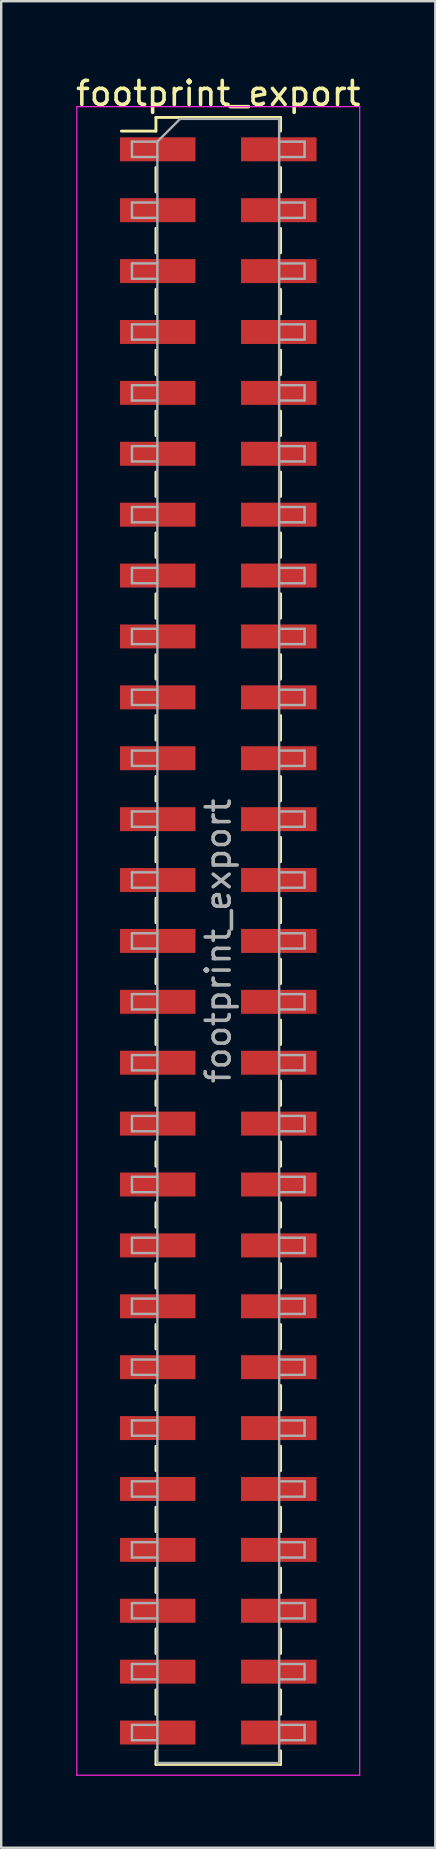
<source format=kicad_pcb>
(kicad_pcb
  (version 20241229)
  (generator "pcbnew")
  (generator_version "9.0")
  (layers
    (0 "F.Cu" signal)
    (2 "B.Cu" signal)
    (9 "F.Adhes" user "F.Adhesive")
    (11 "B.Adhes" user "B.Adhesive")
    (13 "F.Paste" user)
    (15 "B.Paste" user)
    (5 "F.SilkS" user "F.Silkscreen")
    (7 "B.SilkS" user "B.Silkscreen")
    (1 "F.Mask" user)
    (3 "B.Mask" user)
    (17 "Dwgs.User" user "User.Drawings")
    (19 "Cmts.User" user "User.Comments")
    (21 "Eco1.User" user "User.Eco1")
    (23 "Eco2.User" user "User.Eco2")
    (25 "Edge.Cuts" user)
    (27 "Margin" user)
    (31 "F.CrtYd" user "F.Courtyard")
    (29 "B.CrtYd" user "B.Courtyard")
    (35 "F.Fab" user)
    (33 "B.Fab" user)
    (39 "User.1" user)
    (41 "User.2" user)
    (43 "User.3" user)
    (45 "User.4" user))
  (footprint "footprint_export"
    (layer "F.Cu")
    (at 6.054 36.198)
    (property "Reference" "footprint_export" (at 0 -35.35 0) (layer "F.SilkS") (effects (font (size 1 1) (thickness 0.15))))
    (attr smd)
    (fp_line (start -4.04 -33.78) (end -2.6 -33.78) (stroke (width 0.12) (type solid)) (layer "F.SilkS"))
    (fp_line (start -2.6 -34.35) (end -2.6 -33.78) (stroke (width 0.12) (type solid)) (layer "F.SilkS"))
    (fp_line (start -2.6 -34.35) (end 2.6 -34.35) (stroke (width 0.12) (type solid)) (layer "F.SilkS"))
    (fp_line (start -2.6 -32.26) (end -2.6 -31.24) (stroke (width 0.12) (type solid)) (layer "F.SilkS"))
    (fp_line (start -2.6 -29.72) (end -2.6 -28.7) (stroke (width 0.12) (type solid)) (layer "F.SilkS"))
    (fp_line (start -2.6 -27.18) (end -2.6 -26.16) (stroke (width 0.12) (type solid)) (layer "F.SilkS"))
    (fp_line (start -2.6 -24.64) (end -2.6 -23.62) (stroke (width 0.12) (type solid)) (layer "F.SilkS"))
    (fp_line (start -2.6 -22.1) (end -2.6 -21.08) (stroke (width 0.12) (type solid)) (layer "F.SilkS"))
    (fp_line (start -2.6 -19.56) (end -2.6 -18.54) (stroke (width 0.12) (type solid)) (layer "F.SilkS"))
    (fp_line (start -2.6 -17.02) (end -2.6 -16) (stroke (width 0.12) (type solid)) (layer "F.SilkS"))
    (fp_line (start -2.6 -14.48) (end -2.6 -13.46) (stroke (width 0.12) (type solid)) (layer "F.SilkS"))
    (fp_line (start -2.6 -11.94) (end -2.6 -10.92) (stroke (width 0.12) (type solid)) (layer "F.SilkS"))
    (fp_line (start -2.6 -9.4) (end -2.6 -8.38) (stroke (width 0.12) (type solid)) (layer "F.SilkS"))
    (fp_line (start -2.6 -6.86) (end -2.6 -5.84) (stroke (width 0.12) (type solid)) (layer "F.SilkS"))
    (fp_line (start -2.6 -4.32) (end -2.6 -3.3) (stroke (width 0.12) (type solid)) (layer "F.SilkS"))
    (fp_line (start -2.6 -1.78) (end -2.6 -0.76) (stroke (width 0.12) (type solid)) (layer "F.SilkS"))
    (fp_line (start -2.6 0.76) (end -2.6 1.78) (stroke (width 0.12) (type solid)) (layer "F.SilkS"))
    (fp_line (start -2.6 3.3) (end -2.6 4.32) (stroke (width 0.12) (type solid)) (layer "F.SilkS"))
    (fp_line (start -2.6 5.84) (end -2.6 6.86) (stroke (width 0.12) (type solid)) (layer "F.SilkS"))
    (fp_line (start -2.6 8.38) (end -2.6 9.4) (stroke (width 0.12) (type solid)) (layer "F.SilkS"))
    (fp_line (start -2.6 10.92) (end -2.6 11.94) (stroke (width 0.12) (type solid)) (layer "F.SilkS"))
    (fp_line (start -2.6 13.46) (end -2.6 14.48) (stroke (width 0.12) (type solid)) (layer "F.SilkS"))
    (fp_line (start -2.6 16) (end -2.6 17.02) (stroke (width 0.12) (type solid)) (layer "F.SilkS"))
    (fp_line (start -2.6 18.54) (end -2.6 19.56) (stroke (width 0.12) (type solid)) (layer "F.SilkS"))
    (fp_line (start -2.6 21.08) (end -2.6 22.1) (stroke (width 0.12) (type solid)) (layer "F.SilkS"))
    (fp_line (start -2.6 23.62) (end -2.6 24.64) (stroke (width 0.12) (type solid)) (layer "F.SilkS"))
    (fp_line (start -2.6 26.16) (end -2.6 27.18) (stroke (width 0.12) (type solid)) (layer "F.SilkS"))
    (fp_line (start -2.6 28.7) (end -2.6 29.72) (stroke (width 0.12) (type solid)) (layer "F.SilkS"))
    (fp_line (start -2.6 31.24) (end -2.6 32.26) (stroke (width 0.12) (type solid)) (layer "F.SilkS"))
    (fp_line (start -2.6 33.78) (end -2.6 34.35) (stroke (width 0.12) (type solid)) (layer "F.SilkS"))
    (fp_line (start -2.6 34.35) (end 2.6 34.35) (stroke (width 0.12) (type solid)) (layer "F.SilkS"))
    (fp_line (start 2.6 -34.35) (end 2.6 -33.78) (stroke (width 0.12) (type solid)) (layer "F.SilkS"))
    (fp_line (start 2.6 -32.26) (end 2.6 -31.24) (stroke (width 0.12) (type solid)) (layer "F.SilkS"))
    (fp_line (start 2.6 -29.72) (end 2.6 -28.7) (stroke (width 0.12) (type solid)) (layer "F.SilkS"))
    (fp_line (start 2.6 -27.18) (end 2.6 -26.16) (stroke (width 0.12) (type solid)) (layer "F.SilkS"))
    (fp_line (start 2.6 -24.64) (end 2.6 -23.62) (stroke (width 0.12) (type solid)) (layer "F.SilkS"))
    (fp_line (start 2.6 -22.1) (end 2.6 -21.08) (stroke (width 0.12) (type solid)) (layer "F.SilkS"))
    (fp_line (start 2.6 -19.56) (end 2.6 -18.54) (stroke (width 0.12) (type solid)) (layer "F.SilkS"))
    (fp_line (start 2.6 -17.02) (end 2.6 -16) (stroke (width 0.12) (type solid)) (layer "F.SilkS"))
    (fp_line (start 2.6 -14.48) (end 2.6 -13.46) (stroke (width 0.12) (type solid)) (layer "F.SilkS"))
    (fp_line (start 2.6 -11.94) (end 2.6 -10.92) (stroke (width 0.12) (type solid)) (layer "F.SilkS"))
    (fp_line (start 2.6 -9.4) (end 2.6 -8.38) (stroke (width 0.12) (type solid)) (layer "F.SilkS"))
    (fp_line (start 2.6 -6.86) (end 2.6 -5.84) (stroke (width 0.12) (type solid)) (layer "F.SilkS"))
    (fp_line (start 2.6 -4.32) (end 2.6 -3.3) (stroke (width 0.12) (type solid)) (layer "F.SilkS"))
    (fp_line (start 2.6 -1.78) (end 2.6 -0.76) (stroke (width 0.12) (type solid)) (layer "F.SilkS"))
    (fp_line (start 2.6 0.76) (end 2.6 1.78) (stroke (width 0.12) (type solid)) (layer "F.SilkS"))
    (fp_line (start 2.6 3.3) (end 2.6 4.32) (stroke (width 0.12) (type solid)) (layer "F.SilkS"))
    (fp_line (start 2.6 5.84) (end 2.6 6.86) (stroke (width 0.12) (type solid)) (layer "F.SilkS"))
    (fp_line (start 2.6 8.38) (end 2.6 9.4) (stroke (width 0.12) (type solid)) (layer "F.SilkS"))
    (fp_line (start 2.6 10.92) (end 2.6 11.94) (stroke (width 0.12) (type solid)) (layer "F.SilkS"))
    (fp_line (start 2.6 13.46) (end 2.6 14.48) (stroke (width 0.12) (type solid)) (layer "F.SilkS"))
    (fp_line (start 2.6 16) (end 2.6 17.02) (stroke (width 0.12) (type solid)) (layer "F.SilkS"))
    (fp_line (start 2.6 18.54) (end 2.6 19.56) (stroke (width 0.12) (type solid)) (layer "F.SilkS"))
    (fp_line (start 2.6 21.08) (end 2.6 22.1) (stroke (width 0.12) (type solid)) (layer "F.SilkS"))
    (fp_line (start 2.6 23.62) (end 2.6 24.64) (stroke (width 0.12) (type solid)) (layer "F.SilkS"))
    (fp_line (start 2.6 26.16) (end 2.6 27.18) (stroke (width 0.12) (type solid)) (layer "F.SilkS"))
    (fp_line (start 2.6 28.7) (end 2.6 29.72) (stroke (width 0.12) (type solid)) (layer "F.SilkS"))
    (fp_line (start 2.6 31.24) (end 2.6 32.26) (stroke (width 0.12) (type solid)) (layer "F.SilkS"))
    (fp_line (start 2.6 33.78) (end 2.6 34.35) (stroke (width 0.12) (type solid)) (layer "F.SilkS"))
    (fp_line (start -5.9 -34.8) (end -5.9 34.8) (stroke (width 0.05) (type solid)) (layer "F.CrtYd"))
    (fp_line (start -5.9 34.8) (end 5.9 34.8) (stroke (width 0.05) (type solid)) (layer "F.CrtYd"))
    (fp_line (start 5.9 -34.8) (end -5.9 -34.8) (stroke (width 0.05) (type solid)) (layer "F.CrtYd"))
    (fp_line (start 5.9 34.8) (end 5.9 -34.8) (stroke (width 0.05) (type solid)) (layer "F.CrtYd"))
    (fp_line (start -3.6 -33.34) (end -3.6 -32.7) (stroke (width 0.1) (type solid)) (layer "F.Fab"))
    (fp_line (start -3.6 -32.7) (end -2.54 -32.7) (stroke (width 0.1) (type solid)) (layer "F.Fab"))
    (fp_line (start -3.6 -30.8) (end -3.6 -30.16) (stroke (width 0.1) (type solid)) (layer "F.Fab"))
    (fp_line (start -3.6 -30.16) (end -2.54 -30.16) (stroke (width 0.1) (type solid)) (layer "F.Fab"))
    (fp_line (start -3.6 -28.26) (end -3.6 -27.62) (stroke (width 0.1) (type solid)) (layer "F.Fab"))
    (fp_line (start -3.6 -27.62) (end -2.54 -27.62) (stroke (width 0.1) (type solid)) (layer "F.Fab"))
    (fp_line (start -3.6 -25.72) (end -3.6 -25.08) (stroke (width 0.1) (type solid)) (layer "F.Fab"))
    (fp_line (start -3.6 -25.08) (end -2.54 -25.08) (stroke (width 0.1) (type solid)) (layer "F.Fab"))
    (fp_line (start -3.6 -23.18) (end -3.6 -22.54) (stroke (width 0.1) (type solid)) (layer "F.Fab"))
    (fp_line (start -3.6 -22.54) (end -2.54 -22.54) (stroke (width 0.1) (type solid)) (layer "F.Fab"))
    (fp_line (start -3.6 -20.64) (end -3.6 -20) (stroke (width 0.1) (type solid)) (layer "F.Fab"))
    (fp_line (start -3.6 -20) (end -2.54 -20) (stroke (width 0.1) (type solid)) (layer "F.Fab"))
    (fp_line (start -3.6 -18.1) (end -3.6 -17.46) (stroke (width 0.1) (type solid)) (layer "F.Fab"))
    (fp_line (start -3.6 -17.46) (end -2.54 -17.46) (stroke (width 0.1) (type solid)) (layer "F.Fab"))
    (fp_line (start -3.6 -15.56) (end -3.6 -14.92) (stroke (width 0.1) (type solid)) (layer "F.Fab"))
    (fp_line (start -3.6 -14.92) (end -2.54 -14.92) (stroke (width 0.1) (type solid)) (layer "F.Fab"))
    (fp_line (start -3.6 -13.02) (end -3.6 -12.38) (stroke (width 0.1) (type solid)) (layer "F.Fab"))
    (fp_line (start -3.6 -12.38) (end -2.54 -12.38) (stroke (width 0.1) (type solid)) (layer "F.Fab"))
    (fp_line (start -3.6 -10.48) (end -3.6 -9.84) (stroke (width 0.1) (type solid)) (layer "F.Fab"))
    (fp_line (start -3.6 -9.84) (end -2.54 -9.84) (stroke (width 0.1) (type solid)) (layer "F.Fab"))
    (fp_line (start -3.6 -7.94) (end -3.6 -7.3) (stroke (width 0.1) (type solid)) (layer "F.Fab"))
    (fp_line (start -3.6 -7.3) (end -2.54 -7.3) (stroke (width 0.1) (type solid)) (layer "F.Fab"))
    (fp_line (start -3.6 -5.4) (end -3.6 -4.76) (stroke (width 0.1) (type solid)) (layer "F.Fab"))
    (fp_line (start -3.6 -4.76) (end -2.54 -4.76) (stroke (width 0.1) (type solid)) (layer "F.Fab"))
    (fp_line (start -3.6 -2.86) (end -3.6 -2.22) (stroke (width 0.1) (type solid)) (layer "F.Fab"))
    (fp_line (start -3.6 -2.22) (end -2.54 -2.22) (stroke (width 0.1) (type solid)) (layer "F.Fab"))
    (fp_line (start -3.6 -0.32) (end -3.6 0.32) (stroke (width 0.1) (type solid)) (layer "F.Fab"))
    (fp_line (start -3.6 0.32) (end -2.54 0.32) (stroke (width 0.1) (type solid)) (layer "F.Fab"))
    (fp_line (start -3.6 2.22) (end -3.6 2.86) (stroke (width 0.1) (type solid)) (layer "F.Fab"))
    (fp_line (start -3.6 2.86) (end -2.54 2.86) (stroke (width 0.1) (type solid)) (layer "F.Fab"))
    (fp_line (start -3.6 4.76) (end -3.6 5.4) (stroke (width 0.1) (type solid)) (layer "F.Fab"))
    (fp_line (start -3.6 5.4) (end -2.54 5.4) (stroke (width 0.1) (type solid)) (layer "F.Fab"))
    (fp_line (start -3.6 7.3) (end -3.6 7.94) (stroke (width 0.1) (type solid)) (layer "F.Fab"))
    (fp_line (start -3.6 7.94) (end -2.54 7.94) (stroke (width 0.1) (type solid)) (layer "F.Fab"))
    (fp_line (start -3.6 9.84) (end -3.6 10.48) (stroke (width 0.1) (type solid)) (layer "F.Fab"))
    (fp_line (start -3.6 10.48) (end -2.54 10.48) (stroke (width 0.1) (type solid)) (layer "F.Fab"))
    (fp_line (start -3.6 12.38) (end -3.6 13.02) (stroke (width 0.1) (type solid)) (layer "F.Fab"))
    (fp_line (start -3.6 13.02) (end -2.54 13.02) (stroke (width 0.1) (type solid)) (layer "F.Fab"))
    (fp_line (start -3.6 14.92) (end -3.6 15.56) (stroke (width 0.1) (type solid)) (layer "F.Fab"))
    (fp_line (start -3.6 15.56) (end -2.54 15.56) (stroke (width 0.1) (type solid)) (layer "F.Fab"))
    (fp_line (start -3.6 17.46) (end -3.6 18.1) (stroke (width 0.1) (type solid)) (layer "F.Fab"))
    (fp_line (start -3.6 18.1) (end -2.54 18.1) (stroke (width 0.1) (type solid)) (layer "F.Fab"))
    (fp_line (start -3.6 20) (end -3.6 20.64) (stroke (width 0.1) (type solid)) (layer "F.Fab"))
    (fp_line (start -3.6 20.64) (end -2.54 20.64) (stroke (width 0.1) (type solid)) (layer "F.Fab"))
    (fp_line (start -3.6 22.54) (end -3.6 23.18) (stroke (width 0.1) (type solid)) (layer "F.Fab"))
    (fp_line (start -3.6 23.18) (end -2.54 23.18) (stroke (width 0.1) (type solid)) (layer "F.Fab"))
    (fp_line (start -3.6 25.08) (end -3.6 25.72) (stroke (width 0.1) (type solid)) (layer "F.Fab"))
    (fp_line (start -3.6 25.72) (end -2.54 25.72) (stroke (width 0.1) (type solid)) (layer "F.Fab"))
    (fp_line (start -3.6 27.62) (end -3.6 28.26) (stroke (width 0.1) (type solid)) (layer "F.Fab"))
    (fp_line (start -3.6 28.26) (end -2.54 28.26) (stroke (width 0.1) (type solid)) (layer "F.Fab"))
    (fp_line (start -3.6 30.16) (end -3.6 30.8) (stroke (width 0.1) (type solid)) (layer "F.Fab"))
    (fp_line (start -3.6 30.8) (end -2.54 30.8) (stroke (width 0.1) (type solid)) (layer "F.Fab"))
    (fp_line (start -3.6 32.7) (end -3.6 33.34) (stroke (width 0.1) (type solid)) (layer "F.Fab"))
    (fp_line (start -3.6 33.34) (end -2.54 33.34) (stroke (width 0.1) (type solid)) (layer "F.Fab"))
    (fp_line (start -2.54 -33.34) (end -3.6 -33.34) (stroke (width 0.1) (type solid)) (layer "F.Fab"))
    (fp_line (start -2.54 -33.34) (end -1.59 -34.29) (stroke (width 0.1) (type solid)) (layer "F.Fab"))
    (fp_line (start -2.54 -30.8) (end -3.6 -30.8) (stroke (width 0.1) (type solid)) (layer "F.Fab"))
    (fp_line (start -2.54 -28.26) (end -3.6 -28.26) (stroke (width 0.1) (type solid)) (layer "F.Fab"))
    (fp_line (start -2.54 -25.72) (end -3.6 -25.72) (stroke (width 0.1) (type solid)) (layer "F.Fab"))
    (fp_line (start -2.54 -23.18) (end -3.6 -23.18) (stroke (width 0.1) (type solid)) (layer "F.Fab"))
    (fp_line (start -2.54 -20.64) (end -3.6 -20.64) (stroke (width 0.1) (type solid)) (layer "F.Fab"))
    (fp_line (start -2.54 -18.1) (end -3.6 -18.1) (stroke (width 0.1) (type solid)) (layer "F.Fab"))
    (fp_line (start -2.54 -15.56) (end -3.6 -15.56) (stroke (width 0.1) (type solid)) (layer "F.Fab"))
    (fp_line (start -2.54 -13.02) (end -3.6 -13.02) (stroke (width 0.1) (type solid)) (layer "F.Fab"))
    (fp_line (start -2.54 -10.48) (end -3.6 -10.48) (stroke (width 0.1) (type solid)) (layer "F.Fab"))
    (fp_line (start -2.54 -7.94) (end -3.6 -7.94) (stroke (width 0.1) (type solid)) (layer "F.Fab"))
    (fp_line (start -2.54 -5.4) (end -3.6 -5.4) (stroke (width 0.1) (type solid)) (layer "F.Fab"))
    (fp_line (start -2.54 -2.86) (end -3.6 -2.86) (stroke (width 0.1) (type solid)) (layer "F.Fab"))
    (fp_line (start -2.54 -0.32) (end -3.6 -0.32) (stroke (width 0.1) (type solid)) (layer "F.Fab"))
    (fp_line (start -2.54 2.22) (end -3.6 2.22) (stroke (width 0.1) (type solid)) (layer "F.Fab"))
    (fp_line (start -2.54 4.76) (end -3.6 4.76) (stroke (width 0.1) (type solid)) (layer "F.Fab"))
    (fp_line (start -2.54 7.3) (end -3.6 7.3) (stroke (width 0.1) (type solid)) (layer "F.Fab"))
    (fp_line (start -2.54 9.84) (end -3.6 9.84) (stroke (width 0.1) (type solid)) (layer "F.Fab"))
    (fp_line (start -2.54 12.38) (end -3.6 12.38) (stroke (width 0.1) (type solid)) (layer "F.Fab"))
    (fp_line (start -2.54 14.92) (end -3.6 14.92) (stroke (width 0.1) (type solid)) (layer "F.Fab"))
    (fp_line (start -2.54 17.46) (end -3.6 17.46) (stroke (width 0.1) (type solid)) (layer "F.Fab"))
    (fp_line (start -2.54 20) (end -3.6 20) (stroke (width 0.1) (type solid)) (layer "F.Fab"))
    (fp_line (start -2.54 22.54) (end -3.6 22.54) (stroke (width 0.1) (type solid)) (layer "F.Fab"))
    (fp_line (start -2.54 25.08) (end -3.6 25.08) (stroke (width 0.1) (type solid)) (layer "F.Fab"))
    (fp_line (start -2.54 27.62) (end -3.6 27.62) (stroke (width 0.1) (type solid)) (layer "F.Fab"))
    (fp_line (start -2.54 30.16) (end -3.6 30.16) (stroke (width 0.1) (type solid)) (layer "F.Fab"))
    (fp_line (start -2.54 32.7) (end -3.6 32.7) (stroke (width 0.1) (type solid)) (layer "F.Fab"))
    (fp_line (start -2.54 34.29) (end -2.54 -33.34) (stroke (width 0.1) (type solid)) (layer "F.Fab"))
    (fp_line (start -1.59 -34.29) (end 2.54 -34.29) (stroke (width 0.1) (type solid)) (layer "F.Fab"))
    (fp_line (start 2.54 -34.29) (end 2.54 34.29) (stroke (width 0.1) (type solid)) (layer "F.Fab"))
    (fp_line (start 2.54 -33.34) (end 3.6 -33.34) (stroke (width 0.1) (type solid)) (layer "F.Fab"))
    (fp_line (start 2.54 -30.8) (end 3.6 -30.8) (stroke (width 0.1) (type solid)) (layer "F.Fab"))
    (fp_line (start 2.54 -28.26) (end 3.6 -28.26) (stroke (width 0.1) (type solid)) (layer "F.Fab"))
    (fp_line (start 2.54 -25.72) (end 3.6 -25.72) (stroke (width 0.1) (type solid)) (layer "F.Fab"))
    (fp_line (start 2.54 -23.18) (end 3.6 -23.18) (stroke (width 0.1) (type solid)) (layer "F.Fab"))
    (fp_line (start 2.54 -20.64) (end 3.6 -20.64) (stroke (width 0.1) (type solid)) (layer "F.Fab"))
    (fp_line (start 2.54 -18.1) (end 3.6 -18.1) (stroke (width 0.1) (type solid)) (layer "F.Fab"))
    (fp_line (start 2.54 -15.56) (end 3.6 -15.56) (stroke (width 0.1) (type solid)) (layer "F.Fab"))
    (fp_line (start 2.54 -13.02) (end 3.6 -13.02) (stroke (width 0.1) (type solid)) (layer "F.Fab"))
    (fp_line (start 2.54 -10.48) (end 3.6 -10.48) (stroke (width 0.1) (type solid)) (layer "F.Fab"))
    (fp_line (start 2.54 -7.94) (end 3.6 -7.94) (stroke (width 0.1) (type solid)) (layer "F.Fab"))
    (fp_line (start 2.54 -5.4) (end 3.6 -5.4) (stroke (width 0.1) (type solid)) (layer "F.Fab"))
    (fp_line (start 2.54 -2.86) (end 3.6 -2.86) (stroke (width 0.1) (type solid)) (layer "F.Fab"))
    (fp_line (start 2.54 -0.32) (end 3.6 -0.32) (stroke (width 0.1) (type solid)) (layer "F.Fab"))
    (fp_line (start 2.54 2.22) (end 3.6 2.22) (stroke (width 0.1) (type solid)) (layer "F.Fab"))
    (fp_line (start 2.54 4.76) (end 3.6 4.76) (stroke (width 0.1) (type solid)) (layer "F.Fab"))
    (fp_line (start 2.54 7.3) (end 3.6 7.3) (stroke (width 0.1) (type solid)) (layer "F.Fab"))
    (fp_line (start 2.54 9.84) (end 3.6 9.84) (stroke (width 0.1) (type solid)) (layer "F.Fab"))
    (fp_line (start 2.54 12.38) (end 3.6 12.38) (stroke (width 0.1) (type solid)) (layer "F.Fab"))
    (fp_line (start 2.54 14.92) (end 3.6 14.92) (stroke (width 0.1) (type solid)) (layer "F.Fab"))
    (fp_line (start 2.54 17.46) (end 3.6 17.46) (stroke (width 0.1) (type solid)) (layer "F.Fab"))
    (fp_line (start 2.54 20) (end 3.6 20) (stroke (width 0.1) (type solid)) (layer "F.Fab"))
    (fp_line (start 2.54 22.54) (end 3.6 22.54) (stroke (width 0.1) (type solid)) (layer "F.Fab"))
    (fp_line (start 2.54 25.08) (end 3.6 25.08) (stroke (width 0.1) (type solid)) (layer "F.Fab"))
    (fp_line (start 2.54 27.62) (end 3.6 27.62) (stroke (width 0.1) (type solid)) (layer "F.Fab"))
    (fp_line (start 2.54 30.16) (end 3.6 30.16) (stroke (width 0.1) (type solid)) (layer "F.Fab"))
    (fp_line (start 2.54 32.7) (end 3.6 32.7) (stroke (width 0.1) (type solid)) (layer "F.Fab"))
    (fp_line (start 2.54 34.29) (end -2.54 34.29) (stroke (width 0.1) (type solid)) (layer "F.Fab"))
    (fp_line (start 3.6 -33.34) (end 3.6 -32.7) (stroke (width 0.1) (type solid)) (layer "F.Fab"))
    (fp_line (start 3.6 -32.7) (end 2.54 -32.7) (stroke (width 0.1) (type solid)) (layer "F.Fab"))
    (fp_line (start 3.6 -30.8) (end 3.6 -30.16) (stroke (width 0.1) (type solid)) (layer "F.Fab"))
    (fp_line (start 3.6 -30.16) (end 2.54 -30.16) (stroke (width 0.1) (type solid)) (layer "F.Fab"))
    (fp_line (start 3.6 -28.26) (end 3.6 -27.62) (stroke (width 0.1) (type solid)) (layer "F.Fab"))
    (fp_line (start 3.6 -27.62) (end 2.54 -27.62) (stroke (width 0.1) (type solid)) (layer "F.Fab"))
    (fp_line (start 3.6 -25.72) (end 3.6 -25.08) (stroke (width 0.1) (type solid)) (layer "F.Fab"))
    (fp_line (start 3.6 -25.08) (end 2.54 -25.08) (stroke (width 0.1) (type solid)) (layer "F.Fab"))
    (fp_line (start 3.6 -23.18) (end 3.6 -22.54) (stroke (width 0.1) (type solid)) (layer "F.Fab"))
    (fp_line (start 3.6 -22.54) (end 2.54 -22.54) (stroke (width 0.1) (type solid)) (layer "F.Fab"))
    (fp_line (start 3.6 -20.64) (end 3.6 -20) (stroke (width 0.1) (type solid)) (layer "F.Fab"))
    (fp_line (start 3.6 -20) (end 2.54 -20) (stroke (width 0.1) (type solid)) (layer "F.Fab"))
    (fp_line (start 3.6 -18.1) (end 3.6 -17.46) (stroke (width 0.1) (type solid)) (layer "F.Fab"))
    (fp_line (start 3.6 -17.46) (end 2.54 -17.46) (stroke (width 0.1) (type solid)) (layer "F.Fab"))
    (fp_line (start 3.6 -15.56) (end 3.6 -14.92) (stroke (width 0.1) (type solid)) (layer "F.Fab"))
    (fp_line (start 3.6 -14.92) (end 2.54 -14.92) (stroke (width 0.1) (type solid)) (layer "F.Fab"))
    (fp_line (start 3.6 -13.02) (end 3.6 -12.38) (stroke (width 0.1) (type solid)) (layer "F.Fab"))
    (fp_line (start 3.6 -12.38) (end 2.54 -12.38) (stroke (width 0.1) (type solid)) (layer "F.Fab"))
    (fp_line (start 3.6 -10.48) (end 3.6 -9.84) (stroke (width 0.1) (type solid)) (layer "F.Fab"))
    (fp_line (start 3.6 -9.84) (end 2.54 -9.84) (stroke (width 0.1) (type solid)) (layer "F.Fab"))
    (fp_line (start 3.6 -7.94) (end 3.6 -7.3) (stroke (width 0.1) (type solid)) (layer "F.Fab"))
    (fp_line (start 3.6 -7.3) (end 2.54 -7.3) (stroke (width 0.1) (type solid)) (layer "F.Fab"))
    (fp_line (start 3.6 -5.4) (end 3.6 -4.76) (stroke (width 0.1) (type solid)) (layer "F.Fab"))
    (fp_line (start 3.6 -4.76) (end 2.54 -4.76) (stroke (width 0.1) (type solid)) (layer "F.Fab"))
    (fp_line (start 3.6 -2.86) (end 3.6 -2.22) (stroke (width 0.1) (type solid)) (layer "F.Fab"))
    (fp_line (start 3.6 -2.22) (end 2.54 -2.22) (stroke (width 0.1) (type solid)) (layer "F.Fab"))
    (fp_line (start 3.6 -0.32) (end 3.6 0.32) (stroke (width 0.1) (type solid)) (layer "F.Fab"))
    (fp_line (start 3.6 0.32) (end 2.54 0.32) (stroke (width 0.1) (type solid)) (layer "F.Fab"))
    (fp_line (start 3.6 2.22) (end 3.6 2.86) (stroke (width 0.1) (type solid)) (layer "F.Fab"))
    (fp_line (start 3.6 2.86) (end 2.54 2.86) (stroke (width 0.1) (type solid)) (layer "F.Fab"))
    (fp_line (start 3.6 4.76) (end 3.6 5.4) (stroke (width 0.1) (type solid)) (layer "F.Fab"))
    (fp_line (start 3.6 5.4) (end 2.54 5.4) (stroke (width 0.1) (type solid)) (layer "F.Fab"))
    (fp_line (start 3.6 7.3) (end 3.6 7.94) (stroke (width 0.1) (type solid)) (layer "F.Fab"))
    (fp_line (start 3.6 7.94) (end 2.54 7.94) (stroke (width 0.1) (type solid)) (layer "F.Fab"))
    (fp_line (start 3.6 9.84) (end 3.6 10.48) (stroke (width 0.1) (type solid)) (layer "F.Fab"))
    (fp_line (start 3.6 10.48) (end 2.54 10.48) (stroke (width 0.1) (type solid)) (layer "F.Fab"))
    (fp_line (start 3.6 12.38) (end 3.6 13.02) (stroke (width 0.1) (type solid)) (layer "F.Fab"))
    (fp_line (start 3.6 13.02) (end 2.54 13.02) (stroke (width 0.1) (type solid)) (layer "F.Fab"))
    (fp_line (start 3.6 14.92) (end 3.6 15.56) (stroke (width 0.1) (type solid)) (layer "F.Fab"))
    (fp_line (start 3.6 15.56) (end 2.54 15.56) (stroke (width 0.1) (type solid)) (layer "F.Fab"))
    (fp_line (start 3.6 17.46) (end 3.6 18.1) (stroke (width 0.1) (type solid)) (layer "F.Fab"))
    (fp_line (start 3.6 18.1) (end 2.54 18.1) (stroke (width 0.1) (type solid)) (layer "F.Fab"))
    (fp_line (start 3.6 20) (end 3.6 20.64) (stroke (width 0.1) (type solid)) (layer "F.Fab"))
    (fp_line (start 3.6 20.64) (end 2.54 20.64) (stroke (width 0.1) (type solid)) (layer "F.Fab"))
    (fp_line (start 3.6 22.54) (end 3.6 23.18) (stroke (width 0.1) (type solid)) (layer "F.Fab"))
    (fp_line (start 3.6 23.18) (end 2.54 23.18) (stroke (width 0.1) (type solid)) (layer "F.Fab"))
    (fp_line (start 3.6 25.08) (end 3.6 25.72) (stroke (width 0.1) (type solid)) (layer "F.Fab"))
    (fp_line (start 3.6 25.72) (end 2.54 25.72) (stroke (width 0.1) (type solid)) (layer "F.Fab"))
    (fp_line (start 3.6 27.62) (end 3.6 28.26) (stroke (width 0.1) (type solid)) (layer "F.Fab"))
    (fp_line (start 3.6 28.26) (end 2.54 28.26) (stroke (width 0.1) (type solid)) (layer "F.Fab"))
    (fp_line (start 3.6 30.16) (end 3.6 30.8) (stroke (width 0.1) (type solid)) (layer "F.Fab"))
    (fp_line (start 3.6 30.8) (end 2.54 30.8) (stroke (width 0.1) (type solid)) (layer "F.Fab"))
    (fp_line (start 3.6 32.7) (end 3.6 33.34) (stroke (width 0.1) (type solid)) (layer "F.Fab"))
    (fp_line (start 3.6 33.34) (end 2.54 33.34) (stroke (width 0.1) (type solid)) (layer "F.Fab"))
    (fp_text user "${REFERENCE}" (at 0 0 90) (layer "F.Fab") (effects (font (size 1 1) (thickness 0.15))))
    (pad "1" smd rect (at -2.525 -33.02) (size 3.15 1) (layers "F.Cu" "F.Mask" "F.Paste"))
    (pad "2" smd rect (at 2.525 -33.02) (size 3.15 1) (layers "F.Cu" "F.Mask" "F.Paste"))
    (pad "3" smd rect (at -2.525 -30.48) (size 3.15 1) (layers "F.Cu" "F.Mask" "F.Paste"))
    (pad "4" smd rect (at 2.525 -30.48) (size 3.15 1) (layers "F.Cu" "F.Mask" "F.Paste"))
    (pad "5" smd rect (at -2.525 -27.94) (size 3.15 1) (layers "F.Cu" "F.Mask" "F.Paste"))
    (pad "6" smd rect (at 2.525 -27.94) (size 3.15 1) (layers "F.Cu" "F.Mask" "F.Paste"))
    (pad "7" smd rect (at -2.525 -25.4) (size 3.15 1) (layers "F.Cu" "F.Mask" "F.Paste"))
    (pad "8" smd rect (at 2.525 -25.4) (size 3.15 1) (layers "F.Cu" "F.Mask" "F.Paste"))
    (pad "9" smd rect (at -2.525 -22.86) (size 3.15 1) (layers "F.Cu" "F.Mask" "F.Paste"))
    (pad "10" smd rect (at 2.525 -22.86) (size 3.15 1) (layers "F.Cu" "F.Mask" "F.Paste"))
    (pad "11" smd rect (at -2.525 -20.32) (size 3.15 1) (layers "F.Cu" "F.Mask" "F.Paste"))
    (pad "12" smd rect (at 2.525 -20.32) (size 3.15 1) (layers "F.Cu" "F.Mask" "F.Paste"))
    (pad "13" smd rect (at -2.525 -17.78) (size 3.15 1) (layers "F.Cu" "F.Mask" "F.Paste"))
    (pad "14" smd rect (at 2.525 -17.78) (size 3.15 1) (layers "F.Cu" "F.Mask" "F.Paste"))
    (pad "15" smd rect (at -2.525 -15.24) (size 3.15 1) (layers "F.Cu" "F.Mask" "F.Paste"))
    (pad "16" smd rect (at 2.525 -15.24) (size 3.15 1) (layers "F.Cu" "F.Mask" "F.Paste"))
    (pad "17" smd rect (at -2.525 -12.7) (size 3.15 1) (layers "F.Cu" "F.Mask" "F.Paste"))
    (pad "18" smd rect (at 2.525 -12.7) (size 3.15 1) (layers "F.Cu" "F.Mask" "F.Paste"))
    (pad "19" smd rect (at -2.525 -10.16) (size 3.15 1) (layers "F.Cu" "F.Mask" "F.Paste"))
    (pad "20" smd rect (at 2.525 -10.16) (size 3.15 1) (layers "F.Cu" "F.Mask" "F.Paste"))
    (pad "21" smd rect (at -2.525 -7.62) (size 3.15 1) (layers "F.Cu" "F.Mask" "F.Paste"))
    (pad "22" smd rect (at 2.525 -7.62) (size 3.15 1) (layers "F.Cu" "F.Mask" "F.Paste"))
    (pad "23" smd rect (at -2.525 -5.08) (size 3.15 1) (layers "F.Cu" "F.Mask" "F.Paste"))
    (pad "24" smd rect (at 2.525 -5.08) (size 3.15 1) (layers "F.Cu" "F.Mask" "F.Paste"))
    (pad "25" smd rect (at -2.525 -2.54) (size 3.15 1) (layers "F.Cu" "F.Mask" "F.Paste"))
    (pad "26" smd rect (at 2.525 -2.54) (size 3.15 1) (layers "F.Cu" "F.Mask" "F.Paste"))
    (pad "27" smd rect (at -2.525 0) (size 3.15 1) (layers "F.Cu" "F.Mask" "F.Paste"))
    (pad "28" smd rect (at 2.525 0) (size 3.15 1) (layers "F.Cu" "F.Mask" "F.Paste"))
    (pad "29" smd rect (at -2.525 2.54) (size 3.15 1) (layers "F.Cu" "F.Mask" "F.Paste"))
    (pad "30" smd rect (at 2.525 2.54) (size 3.15 1) (layers "F.Cu" "F.Mask" "F.Paste"))
    (pad "31" smd rect (at -2.525 5.08) (size 3.15 1) (layers "F.Cu" "F.Mask" "F.Paste"))
    (pad "32" smd rect (at 2.525 5.08) (size 3.15 1) (layers "F.Cu" "F.Mask" "F.Paste"))
    (pad "33" smd rect (at -2.525 7.62) (size 3.15 1) (layers "F.Cu" "F.Mask" "F.Paste"))
    (pad "34" smd rect (at 2.525 7.62) (size 3.15 1) (layers "F.Cu" "F.Mask" "F.Paste"))
    (pad "35" smd rect (at -2.525 10.16) (size 3.15 1) (layers "F.Cu" "F.Mask" "F.Paste"))
    (pad "36" smd rect (at 2.525 10.16) (size 3.15 1) (layers "F.Cu" "F.Mask" "F.Paste"))
    (pad "37" smd rect (at -2.525 12.7) (size 3.15 1) (layers "F.Cu" "F.Mask" "F.Paste"))
    (pad "38" smd rect (at 2.525 12.7) (size 3.15 1) (layers "F.Cu" "F.Mask" "F.Paste"))
    (pad "39" smd rect (at -2.525 15.24) (size 3.15 1) (layers "F.Cu" "F.Mask" "F.Paste"))
    (pad "40" smd rect (at 2.525 15.24) (size 3.15 1) (layers "F.Cu" "F.Mask" "F.Paste"))
    (pad "41" smd rect (at -2.525 17.78) (size 3.15 1) (layers "F.Cu" "F.Mask" "F.Paste"))
    (pad "42" smd rect (at 2.525 17.78) (size 3.15 1) (layers "F.Cu" "F.Mask" "F.Paste"))
    (pad "43" smd rect (at -2.525 20.32) (size 3.15 1) (layers "F.Cu" "F.Mask" "F.Paste"))
    (pad "44" smd rect (at 2.525 20.32) (size 3.15 1) (layers "F.Cu" "F.Mask" "F.Paste"))
    (pad "45" smd rect (at -2.525 22.86) (size 3.15 1) (layers "F.Cu" "F.Mask" "F.Paste"))
    (pad "46" smd rect (at 2.525 22.86) (size 3.15 1) (layers "F.Cu" "F.Mask" "F.Paste"))
    (pad "47" smd rect (at -2.525 25.4) (size 3.15 1) (layers "F.Cu" "F.Mask" "F.Paste"))
    (pad "48" smd rect (at 2.525 25.4) (size 3.15 1) (layers "F.Cu" "F.Mask" "F.Paste"))
    (pad "49" smd rect (at -2.525 27.94) (size 3.15 1) (layers "F.Cu" "F.Mask" "F.Paste"))
    (pad "50" smd rect (at 2.525 27.94) (size 3.15 1) (layers "F.Cu" "F.Mask" "F.Paste"))
    (pad "51" smd rect (at -2.525 30.48) (size 3.15 1) (layers "F.Cu" "F.Mask" "F.Paste"))
    (pad "52" smd rect (at 2.525 30.48) (size 3.15 1) (layers "F.Cu" "F.Mask" "F.Paste"))
    (pad "53" smd rect (at -2.525 33.02) (size 3.15 1) (layers "F.Cu" "F.Mask" "F.Paste"))
    (pad "54" smd rect (at 2.525 33.02) (size 3.15 1) (layers "F.Cu" "F.Mask" "F.Paste")))
  (gr_rect
    (start -3 -3)
    (end 15.107 74.023)
    (stroke (width 0.1) (type default))
    (fill no)
    (layer "Edge.Cuts")))
</source>
